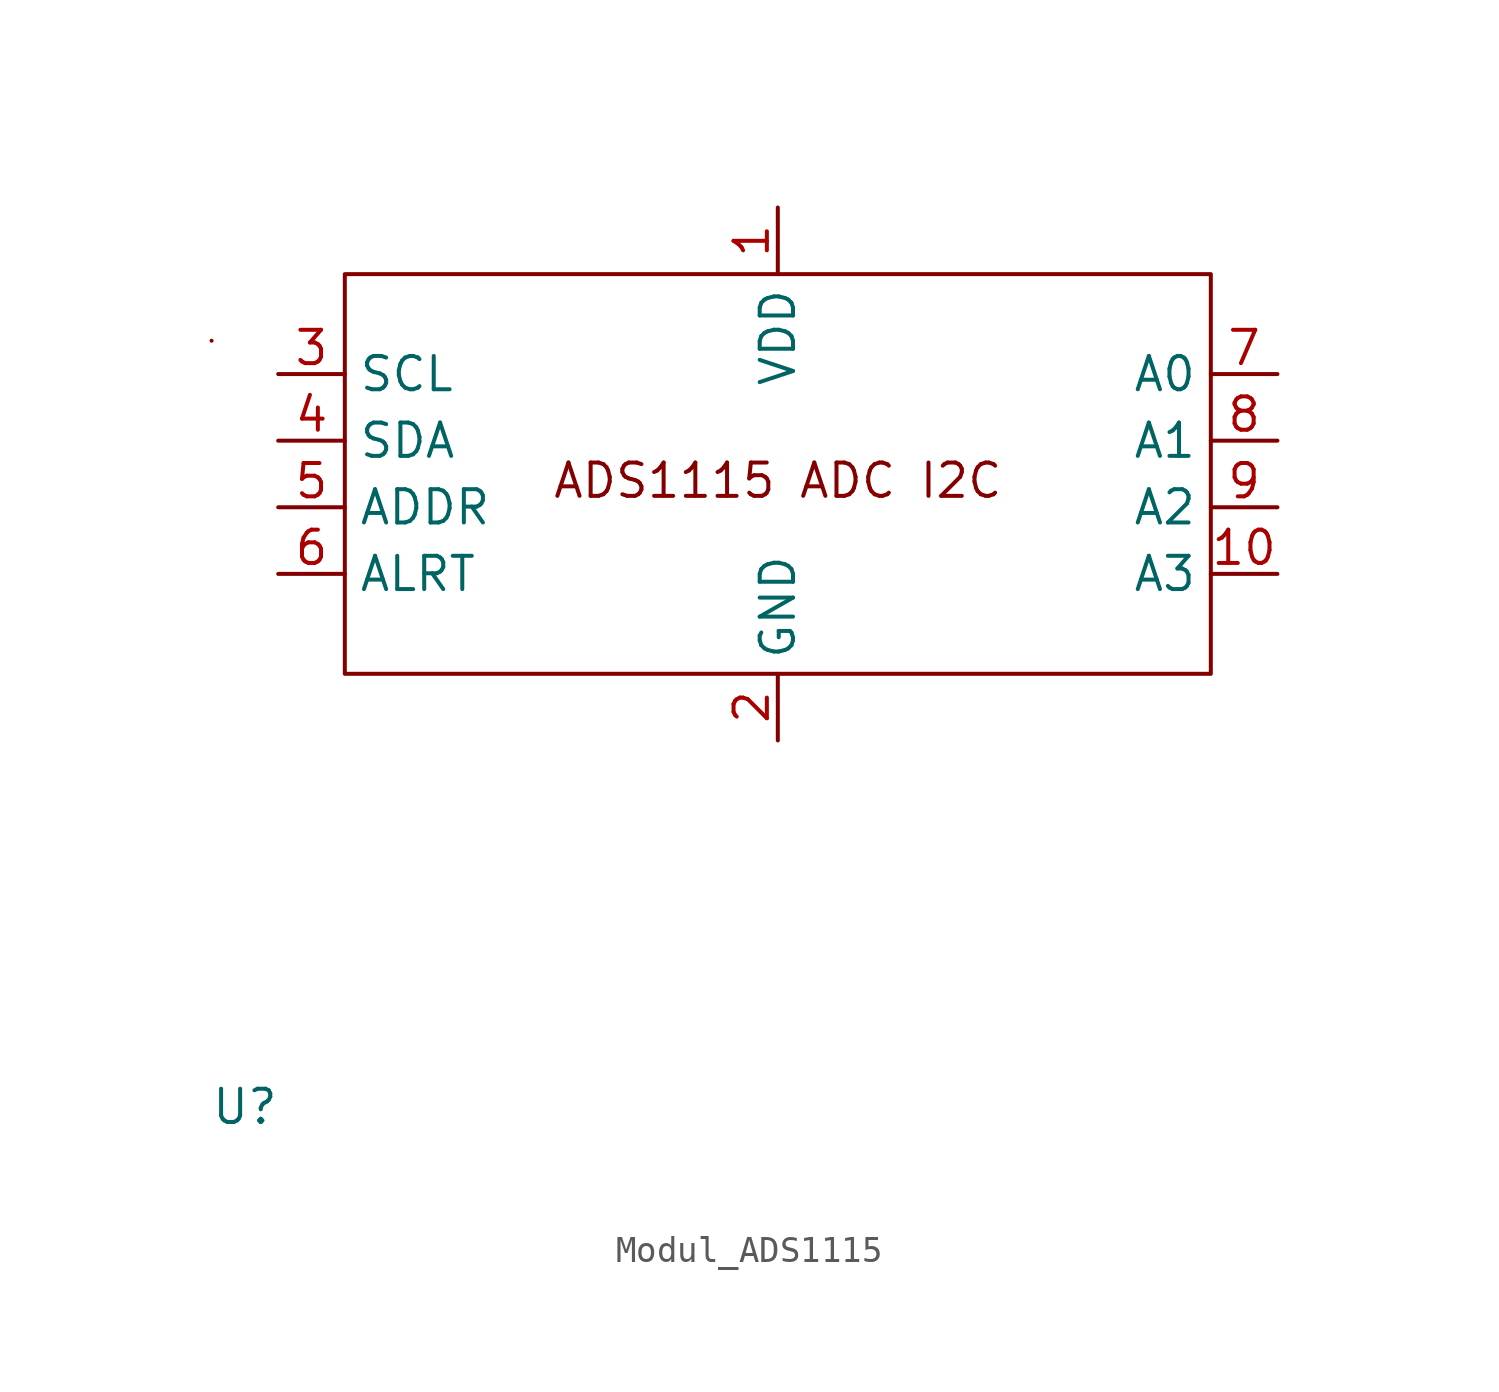
<source format=kicad_sym>
(kicad_symbol_lib
  (version 20241209)
  (generator "kicad_symbol_editor")
  (generator_version "9.0")
  (symbol "Modul_ADS1115"
    (property "Reference" "U"
      (at 0 0 0)
      (effects (font (size 1.27 1.27))))
    (property "Value" ""
      (at 0 0 0)
      (effects (font (size 1.27 1.27))))
    (symbol "Modul_ADS1115_0_1"
      (rectangle (start -1.27 29.21) (end -1.27 29.21) (stroke (width 0) (type default)) (fill (type none)))
      (rectangle (start 3.81 31.75) (end 36.83 16.51) (stroke (width 0) (type default)) (fill (type none))))
    (symbol "Modul_ADS1115_1_1"
      (text "ADS1115 ADC I2C" (at 20.32 23.876 0) (effects (font (size 1.27 1.27))))
      (pin bidirectional line (at 1.27 27.94 0) (length 2.54) (name "SCL" (effects (font (size 1.27 1.27)))) (number "3" (effects (font (size 1.27 1.27)))))
      (pin bidirectional line (at 1.27 25.4 0) (length 2.54) (name "SDA" (effects (font (size 1.27 1.27)))) (number "4" (effects (font (size 1.27 1.27)))))
      (pin bidirectional line (at 1.27 22.86 0) (length 2.54) (name "ADDR" (effects (font (size 1.27 1.27)))) (number "5" (effects (font (size 1.27 1.27)))))
      (pin bidirectional line (at 1.27 20.32 0) (length 2.54) (name "ALRT" (effects (font (size 1.27 1.27)))) (number "6" (effects (font (size 1.27 1.27)))))
      (pin power_in line (at 20.32 34.29 270) (length 2.54) (name "VDD" (effects (font (size 1.27 1.27)))) (number "1" (effects (font (size 1.27 1.27)))))
      (pin power_in line (at 20.32 13.97 90) (length 2.54) (name "GND" (effects (font (size 1.27 1.27)))) (number "2" (effects (font (size 1.27 1.27)))))
      (pin input line (at 39.37 27.94 180) (length 2.54) (name "A0" (effects (font (size 1.27 1.27)))) (number "7" (effects (font (size 1.27 1.27)))))
      (pin input line (at 39.37 25.4 180) (length 2.54) (name "A1" (effects (font (size 1.27 1.27)))) (number "8" (effects (font (size 1.27 1.27)))))
      (pin input line (at 39.37 22.86 180) (length 2.54) (name "A2" (effects (font (size 1.27 1.27)))) (number "9" (effects (font (size 1.27 1.27)))))
      (pin input line (at 39.37 20.32 180) (length 2.54) (name "A3" (effects (font (size 1.27 1.27)))) (number "10" (effects (font (size 1.27 1.27))))))))
</source>
